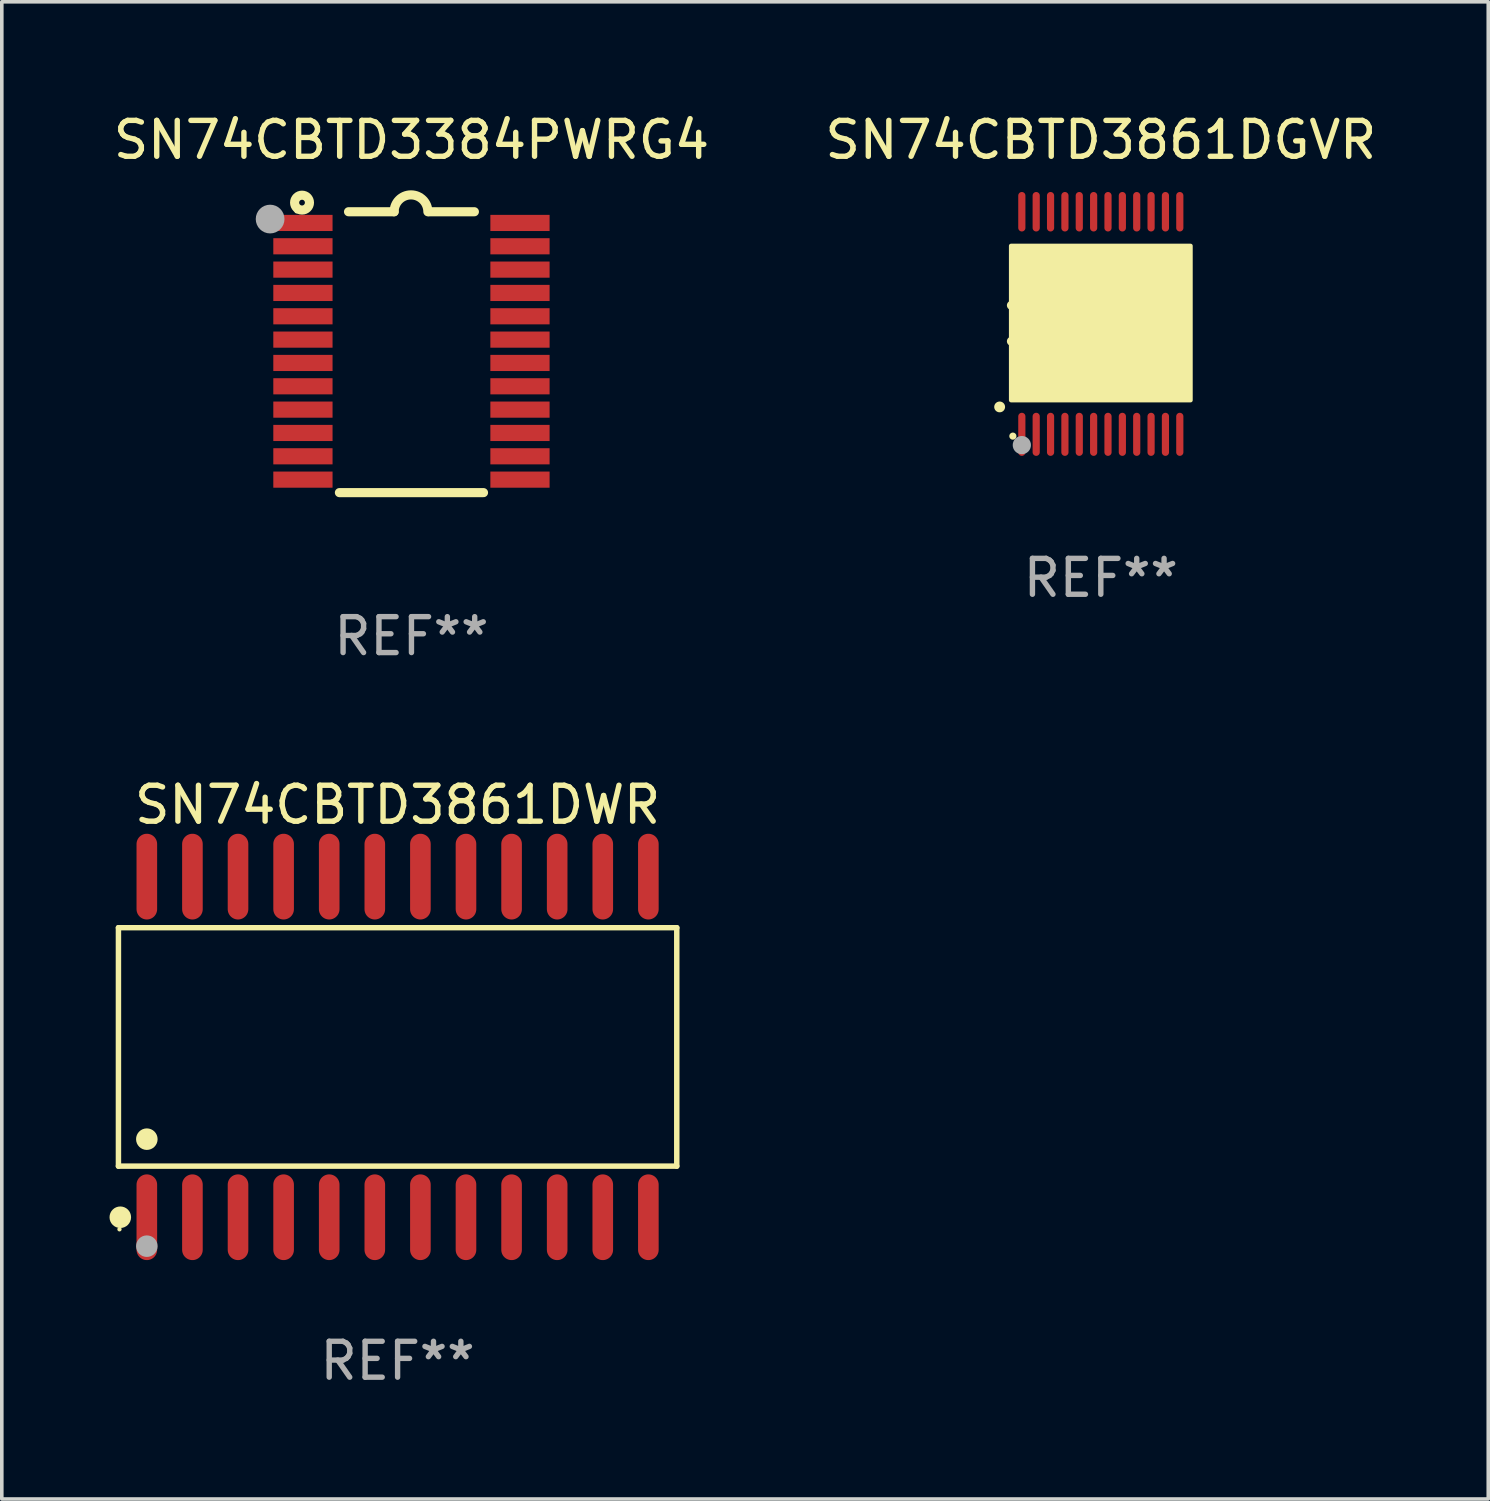
<source format=kicad_pcb>
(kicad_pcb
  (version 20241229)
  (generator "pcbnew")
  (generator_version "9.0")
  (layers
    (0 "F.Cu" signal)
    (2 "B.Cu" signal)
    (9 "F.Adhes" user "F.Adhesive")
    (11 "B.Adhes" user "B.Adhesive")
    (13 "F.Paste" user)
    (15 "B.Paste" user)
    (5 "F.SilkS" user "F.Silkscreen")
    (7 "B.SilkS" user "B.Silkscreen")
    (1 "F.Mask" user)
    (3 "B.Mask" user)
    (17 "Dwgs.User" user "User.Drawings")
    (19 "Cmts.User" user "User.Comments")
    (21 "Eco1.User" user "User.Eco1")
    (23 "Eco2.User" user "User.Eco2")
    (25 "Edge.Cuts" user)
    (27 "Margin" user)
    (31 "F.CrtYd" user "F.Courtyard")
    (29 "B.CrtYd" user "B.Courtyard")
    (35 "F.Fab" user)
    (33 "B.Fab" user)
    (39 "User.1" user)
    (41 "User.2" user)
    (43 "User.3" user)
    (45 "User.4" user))
  (footprint "SN74CBTD3861DGVR"
    (layer "F.Cu")
    (at 27.613 5.948)
    (property "Reference" "SN74CBTD3861DGVR" (at 0 -5.1 0) (layer "F.SilkS") (effects (font (size 1 1) (thickness 0.15))))
    (attr through_hole)
    (fp_arc (start -2.819355 2.336703) (mid -2.818085 2.336698) (end -2.816815 2.336703) (stroke (width 0.3) (type solid)) (layer "F.SilkS"))
    (fp_arc (start -2.489154 -0.492863) (mid -1.989154 0.007518) (end -2.489154 0.507899) (stroke (width 0.254001) (type solid)) (layer "F.SilkS"))
    (fp_circle (center -2.45 3.15) (end -2.4 3.15) (stroke (width 0.1) (type solid)) (fill no) (layer "F.SilkS"))
    (fp_poly (pts (xy -2.5 -2.15) (xy 2.5 -2.15) (xy 2.5 2.15) (xy -2.5 2.15)) (stroke (width 0.12) (type solid)) (fill yes) (layer "F.SilkS"))
    (fp_circle (center -2.2 3.4) (end -2.073 3.4) (stroke (width 0.254) (type solid)) (fill no) (layer "F.Fab"))
    (fp_text user "REF**" (at 0 7.1 0) (layer "F.Fab") (effects (font (size 1 1) (thickness 0.15))))
    (pad "1" smd oval (at -2.2 3.1 180) (size 0.2 1.2) (layers "F.Cu" "F.Mask" "F.Paste"))
    (pad "2" smd oval (at -1.8 3.1 180) (size 0.2 1.2) (layers "F.Cu" "F.Mask" "F.Paste"))
    (pad "3" smd oval (at -1.4 3.1 180) (size 0.2 1.2) (layers "F.Cu" "F.Mask" "F.Paste"))
    (pad "4" smd oval (at -1 3.1 180) (size 0.2 1.2) (layers "F.Cu" "F.Mask" "F.Paste"))
    (pad "5" smd oval (at -0.6 3.1 180) (size 0.2 1.2) (layers "F.Cu" "F.Mask" "F.Paste"))
    (pad "6" smd oval (at -0.2 3.1 180) (size 0.2 1.2) (layers "F.Cu" "F.Mask" "F.Paste"))
    (pad "7" smd oval (at 0.2 3.1 180) (size 0.2 1.2) (layers "F.Cu" "F.Mask" "F.Paste"))
    (pad "8" smd oval (at 0.6 3.1 180) (size 0.2 1.2) (layers "F.Cu" "F.Mask" "F.Paste"))
    (pad "9" smd oval (at 1 3.1 180) (size 0.2 1.2) (layers "F.Cu" "F.Mask" "F.Paste"))
    (pad "10" smd oval (at 1.4 3.1 180) (size 0.2 1.2) (layers "F.Cu" "F.Mask" "F.Paste"))
    (pad "11" smd oval (at 1.8 3.1 180) (size 0.2 1.2) (layers "F.Cu" "F.Mask" "F.Paste"))
    (pad "12" smd oval (at 2.2 3.1 180) (size 0.2 1.2) (layers "F.Cu" "F.Mask" "F.Paste"))
    (pad "13" smd oval (at 2.2 -3.1 180) (size 0.2 1.1) (layers "F.Cu" "F.Mask" "F.Paste"))
    (pad "14" smd oval (at 1.8 -3.1 180) (size 0.2 1.1) (layers "F.Cu" "F.Mask" "F.Paste"))
    (pad "15" smd oval (at 1.4 -3.1 180) (size 0.2 1.1) (layers "F.Cu" "F.Mask" "F.Paste"))
    (pad "16" smd oval (at 1 -3.1 180) (size 0.2 1.1) (layers "F.Cu" "F.Mask" "F.Paste"))
    (pad "17" smd oval (at 0.6 -3.1 180) (size 0.2 1.1) (layers "F.Cu" "F.Mask" "F.Paste"))
    (pad "18" smd oval (at 0.2 -3.1 180) (size 0.2 1.1) (layers "F.Cu" "F.Mask" "F.Paste"))
    (pad "19" smd oval (at -0.2 -3.1 180) (size 0.2 1.1) (layers "F.Cu" "F.Mask" "F.Paste"))
    (pad "20" smd oval (at -0.6 -3.1 180) (size 0.2 1.1) (layers "F.Cu" "F.Mask" "F.Paste"))
    (pad "21" smd oval (at -1 -3.1 180) (size 0.2 1.1) (layers "F.Cu" "F.Mask" "F.Paste"))
    (pad "22" smd oval (at -1.4 -3.1 180) (size 0.2 1.1) (layers "F.Cu" "F.Mask" "F.Paste"))
    (pad "23" smd oval (at -1.8 -3.1 180) (size 0.2 1.1) (layers "F.Cu" "F.Mask" "F.Paste"))
    (pad "24" smd oval (at -2.2 -3.1 180) (size 0.2 1.1) (layers "F.Cu" "F.Mask" "F.Paste")))
  (footprint "SN74CBTD3861DWR"
    (layer "F.Cu")
    (at 8.025 26.112)
    (property "Reference" "SN74CBTD3861DWR" (at 0 -6.744 0) (layer "F.SilkS") (effects (font (size 1 1) (thickness 0.15))))
    (attr through_hole)
    (fp_line (start -7.776 -3.321) (end 7.776 -3.321) (stroke (width 0.152) (type solid)) (layer "F.SilkS"))
    (fp_line (start -7.776 3.321) (end -7.776 -3.321) (stroke (width 0.152) (type solid)) (layer "F.SilkS"))
    (fp_line (start 7.776 -3.321) (end 7.776 3.321) (stroke (width 0.152) (type solid)) (layer "F.SilkS"))
    (fp_line (start 7.776 3.321) (end -7.776 3.321) (stroke (width 0.152) (type solid)) (layer "F.SilkS"))
    (fp_circle (center -7.747 5.08) (end -7.717 5.08) (stroke (width 0.06) (type solid)) (fill no) (layer "F.SilkS"))
    (fp_circle (center -7.724 4.744) (end -7.574 4.744) (stroke (width 0.3) (type solid)) (fill no) (layer "F.SilkS"))
    (fp_circle (center -6.985 2.569) (end -6.835 2.569) (stroke (width 0.3) (type solid)) (fill no) (layer "F.SilkS"))
    (fp_circle (center -6.985 5.55) (end -6.835 5.55) (stroke (width 0.3) (type solid)) (fill no) (layer "F.Fab"))
    (fp_text user "REF**" (at 0 8.744 0) (layer "F.Fab") (effects (font (size 1 1) (thickness 0.15))))
    (pad "1" smd oval (at -6.985 4.744) (size 0.574 2.388) (layers "F.Cu" "F.Mask" "F.Paste"))
    (pad "2" smd oval (at -5.715 4.744) (size 0.574 2.388) (layers "F.Cu" "F.Mask" "F.Paste"))
    (pad "3" smd oval (at -4.445 4.744) (size 0.574 2.388) (layers "F.Cu" "F.Mask" "F.Paste"))
    (pad "4" smd oval (at -3.175 4.744) (size 0.574 2.388) (layers "F.Cu" "F.Mask" "F.Paste"))
    (pad "5" smd oval (at -1.905 4.744) (size 0.574 2.388) (layers "F.Cu" "F.Mask" "F.Paste"))
    (pad "6" smd oval (at -0.635 4.744) (size 0.574 2.388) (layers "F.Cu" "F.Mask" "F.Paste"))
    (pad "7" smd oval (at 0.635 4.744) (size 0.574 2.388) (layers "F.Cu" "F.Mask" "F.Paste"))
    (pad "8" smd oval (at 1.905 4.744) (size 0.574 2.388) (layers "F.Cu" "F.Mask" "F.Paste"))
    (pad "9" smd oval (at 3.175 4.744) (size 0.574 2.388) (layers "F.Cu" "F.Mask" "F.Paste"))
    (pad "10" smd oval (at 4.445 4.744) (size 0.574 2.388) (layers "F.Cu" "F.Mask" "F.Paste"))
    (pad "11" smd oval (at 5.715 4.744) (size 0.574 2.388) (layers "F.Cu" "F.Mask" "F.Paste"))
    (pad "12" smd oval (at 6.985 4.744) (size 0.574 2.388) (layers "F.Cu" "F.Mask" "F.Paste"))
    (pad "13" smd oval (at 6.985 -4.744) (size 0.574 2.388) (layers "F.Cu" "F.Mask" "F.Paste"))
    (pad "14" smd oval (at 5.715 -4.744) (size 0.574 2.388) (layers "F.Cu" "F.Mask" "F.Paste"))
    (pad "15" smd oval (at 4.445 -4.744) (size 0.574 2.388) (layers "F.Cu" "F.Mask" "F.Paste"))
    (pad "16" smd oval (at 3.175 -4.744) (size 0.574 2.388) (layers "F.Cu" "F.Mask" "F.Paste"))
    (pad "17" smd oval (at 1.905 -4.744) (size 0.574 2.388) (layers "F.Cu" "F.Mask" "F.Paste"))
    (pad "18" smd oval (at 0.635 -4.744) (size 0.574 2.388) (layers "F.Cu" "F.Mask" "F.Paste"))
    (pad "19" smd oval (at -0.635 -4.744) (size 0.574 2.388) (layers "F.Cu" "F.Mask" "F.Paste"))
    (pad "20" smd oval (at -1.905 -4.744) (size 0.574 2.388) (layers "F.Cu" "F.Mask" "F.Paste"))
    (pad "21" smd oval (at -3.175 -4.744) (size 0.574 2.388) (layers "F.Cu" "F.Mask" "F.Paste"))
    (pad "22" smd oval (at -4.445 -4.744) (size 0.574 2.388) (layers "F.Cu" "F.Mask" "F.Paste"))
    (pad "23" smd oval (at -5.715 -4.744) (size 0.574 2.388) (layers "F.Cu" "F.Mask" "F.Paste"))
    (pad "24" smd oval (at -6.985 -4.744) (size 0.574 2.388) (layers "F.Cu" "F.Mask" "F.Paste")))
  (footprint "SN74CBTD3384PWRG4"
    (layer "F.Cu")
    (at 8.411 6.76)
    (property "Reference" "SN74CBTD3384PWRG4" (at 0 -5.912 0) (layer "F.SilkS") (effects (font (size 1 1) (thickness 0.15))))
    (attr through_hole)
    (fp_line (start -1.753 -3.912) (end -0.483 -3.912) (stroke (width 0.254) (type solid)) (layer "F.SilkS"))
    (fp_line (start 0.483 -3.912) (end 1.753 -3.912) (stroke (width 0.254) (type solid)) (layer "F.SilkS"))
    (fp_line (start 2.007 3.912) (end -2.007 3.912) (stroke (width 0.254) (type solid)) (layer "F.SilkS"))
    (fp_arc (start -0.482626 -3.911608) (mid -0.012725 -4.381509) (end 0.457176 -3.911608) (stroke (width 0.254001) (type solid)) (layer "F.SilkS"))
    (fp_circle (center -3.2 -3.925) (end -3.17 -3.925) (stroke (width 0.06) (type solid)) (fill no) (layer "F.SilkS"))
    (fp_circle (center -3.048 -4.166) (end -2.968 -4.166) (stroke (width 0.254) (type solid)) (fill no) (layer "F.SilkS"))
    (fp_circle (center -3.937 -3.708) (end -3.737 -3.708) (stroke (width 0.4) (type solid)) (fill no) (layer "F.Fab"))
    (fp_text user "REF**" (at 0 7.912 0) (layer "F.Fab") (effects (font (size 1 1) (thickness 0.15))))
    (pad "1" smd rect (at -3.023 -3.6) (size 1.65 0.45) (layers "F.Cu" "F.Mask" "F.Paste"))
    (pad "2" smd rect (at -3.023 -2.95) (size 1.65 0.45) (layers "F.Cu" "F.Mask" "F.Paste"))
    (pad "3" smd rect (at -3.023 -2.3) (size 1.65 0.45) (layers "F.Cu" "F.Mask" "F.Paste"))
    (pad "4" smd rect (at -3.023 -1.65) (size 1.65 0.45) (layers "F.Cu" "F.Mask" "F.Paste"))
    (pad "5" smd rect (at -3.023 -1) (size 1.65 0.45) (layers "F.Cu" "F.Mask" "F.Paste"))
    (pad "6" smd rect (at -3.023 -0.35) (size 1.65 0.45) (layers "F.Cu" "F.Mask" "F.Paste"))
    (pad "7" smd rect (at -3.023 0.3) (size 1.65 0.45) (layers "F.Cu" "F.Mask" "F.Paste"))
    (pad "8" smd rect (at -3.023 0.95) (size 1.65 0.45) (layers "F.Cu" "F.Mask" "F.Paste"))
    (pad "9" smd rect (at -3.023 1.6) (size 1.65 0.45) (layers "F.Cu" "F.Mask" "F.Paste"))
    (pad "10" smd rect (at -3.023 2.25) (size 1.65 0.45) (layers "F.Cu" "F.Mask" "F.Paste"))
    (pad "11" smd rect (at -3.023 2.9) (size 1.65 0.45) (layers "F.Cu" "F.Mask" "F.Paste"))
    (pad "12" smd rect (at -3.023 3.55) (size 1.65 0.45) (layers "F.Cu" "F.Mask" "F.Paste"))
    (pad "13" smd rect (at 3.023 3.55) (size 1.65 0.45) (layers "F.Cu" "F.Mask" "F.Paste"))
    (pad "14" smd rect (at 3.023 2.9) (size 1.65 0.45) (layers "F.Cu" "F.Mask" "F.Paste"))
    (pad "15" smd rect (at 3.023 2.25) (size 1.65 0.45) (layers "F.Cu" "F.Mask" "F.Paste"))
    (pad "16" smd rect (at 3.023 1.6) (size 1.65 0.45) (layers "F.Cu" "F.Mask" "F.Paste"))
    (pad "17" smd rect (at 3.023 0.95) (size 1.65 0.45) (layers "F.Cu" "F.Mask" "F.Paste"))
    (pad "18" smd rect (at 3.023 0.3) (size 1.65 0.45) (layers "F.Cu" "F.Mask" "F.Paste"))
    (pad "19" smd rect (at 3.023 -0.35) (size 1.65 0.45) (layers "F.Cu" "F.Mask" "F.Paste"))
    (pad "20" smd rect (at 3.023 -1) (size 1.65 0.45) (layers "F.Cu" "F.Mask" "F.Paste"))
    (pad "21" smd rect (at 3.023 -1.65) (size 1.65 0.45) (layers "F.Cu" "F.Mask" "F.Paste"))
    (pad "22" smd rect (at 3.023 -2.3) (size 1.65 0.45) (layers "F.Cu" "F.Mask" "F.Paste"))
    (pad "23" smd rect (at 3.023 -2.95) (size 1.65 0.45) (layers "F.Cu" "F.Mask" "F.Paste"))
    (pad "24" smd rect (at 3.023 -3.6) (size 1.65 0.45) (layers "F.Cu" "F.Mask" "F.Paste")))
  (gr_rect
    (start -3 -3)
    (end 38.405 38.704)
    (stroke (width 0.1) (type default))
    (fill no)
    (layer "Edge.Cuts")))
</source>
